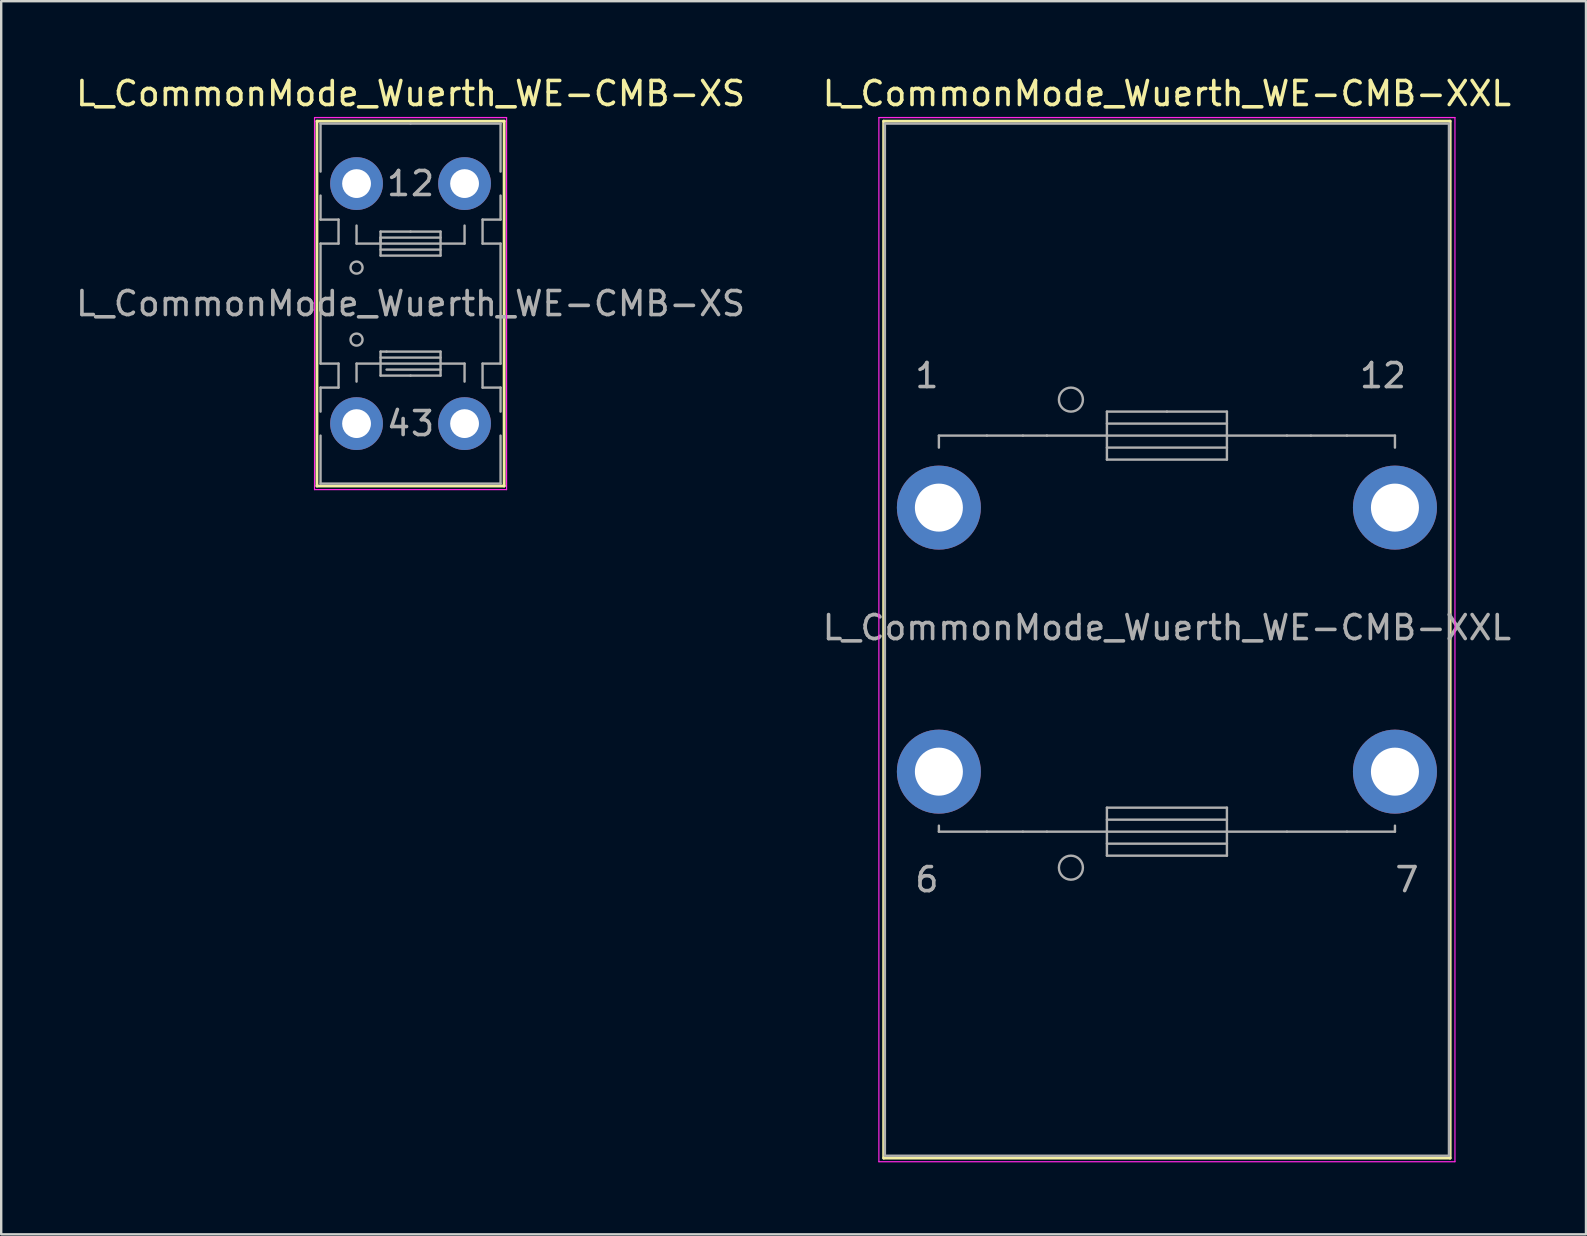
<source format=kicad_pcb>
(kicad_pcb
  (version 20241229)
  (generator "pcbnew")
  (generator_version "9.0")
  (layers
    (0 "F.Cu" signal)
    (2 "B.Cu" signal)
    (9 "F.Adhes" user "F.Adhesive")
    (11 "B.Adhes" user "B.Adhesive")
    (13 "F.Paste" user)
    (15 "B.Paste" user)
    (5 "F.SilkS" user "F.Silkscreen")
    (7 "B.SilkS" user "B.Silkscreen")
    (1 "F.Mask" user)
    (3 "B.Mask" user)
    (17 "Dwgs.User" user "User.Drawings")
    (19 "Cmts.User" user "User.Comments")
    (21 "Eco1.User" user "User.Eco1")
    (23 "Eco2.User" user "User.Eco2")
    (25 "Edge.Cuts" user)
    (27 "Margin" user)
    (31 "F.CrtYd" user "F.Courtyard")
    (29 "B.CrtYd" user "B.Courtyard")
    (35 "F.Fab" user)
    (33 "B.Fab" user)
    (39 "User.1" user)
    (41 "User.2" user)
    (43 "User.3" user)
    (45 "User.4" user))
  (footprint "L_CommonMode_Wuerth_WE-CMB-XS"
    (layer "F.Cu")
    (at 11.804 4.598)
    (property "Reference" "L_CommonMode_Wuerth_WE-CMB-XS" (at 2.25 -3.75 0) (layer "F.SilkS") (effects (font (size 1 1) (thickness 0.15))))
    (attr through_hole)
    (fp_line (start -1.65 -2.6) (end -1.65 12.6) (stroke (width 0.12) (type solid)) (layer "F.SilkS"))
    (fp_line (start -1.65 12.6) (end 6.15 12.6) (stroke (width 0.12) (type solid)) (layer "F.SilkS"))
    (fp_line (start 6.15 -2.6) (end -1.65 -2.6) (stroke (width 0.12) (type solid)) (layer "F.SilkS"))
    (fp_line (start 6.15 12.6) (end 6.15 -2.6) (stroke (width 0.12) (type solid)) (layer "F.SilkS"))
    (fp_line (start -1.75 -2.75) (end -1.75 12.75) (stroke (width 0.05) (type solid)) (layer "F.CrtYd"))
    (fp_line (start -1.75 12.75) (end 6.25 12.75) (stroke (width 0.05) (type solid)) (layer "F.CrtYd"))
    (fp_line (start 6.25 -2.75) (end -1.75 -2.75) (stroke (width 0.05) (type solid)) (layer "F.CrtYd"))
    (fp_line (start 6.25 12.75) (end 6.25 -2.75) (stroke (width 0.05) (type solid)) (layer "F.CrtYd"))
    (fp_line (start -1.5 -2.5) (end 2.25 -2.5) (stroke (width 0.1) (type solid)) (layer "F.Fab"))
    (fp_line (start -1.5 -0.5) (end -1.5 -2.5) (stroke (width 0.1) (type solid)) (layer "F.Fab"))
    (fp_line (start -1.5 1.5) (end -1.5 0.5) (stroke (width 0.1) (type solid)) (layer "F.Fab"))
    (fp_line (start -1.5 2.5) (end -0.75 2.5) (stroke (width 0.1) (type solid)) (layer "F.Fab"))
    (fp_line (start -1.5 7.5) (end -1.5 2.5) (stroke (width 0.1) (type solid)) (layer "F.Fab"))
    (fp_line (start -1.5 8.5) (end -0.75 8.5) (stroke (width 0.1) (type solid)) (layer "F.Fab"))
    (fp_line (start -1.5 9.5) (end -1.5 8.5) (stroke (width 0.1) (type solid)) (layer "F.Fab"))
    (fp_line (start -1.5 12.5) (end -1.5 10.5) (stroke (width 0.1) (type solid)) (layer "F.Fab"))
    (fp_line (start -0.75 1.5) (end -1.5 1.5) (stroke (width 0.1) (type solid)) (layer "F.Fab"))
    (fp_line (start -0.75 2.5) (end -0.75 1.5) (stroke (width 0.1) (type solid)) (layer "F.Fab"))
    (fp_line (start -0.75 7.5) (end -1.5 7.5) (stroke (width 0.1) (type solid)) (layer "F.Fab"))
    (fp_line (start -0.75 8.5) (end -0.75 7.5) (stroke (width 0.1) (type solid)) (layer "F.Fab"))
    (fp_line (start 0 2.5) (end 0 1.75) (stroke (width 0.1) (type solid)) (layer "F.Fab"))
    (fp_line (start 0 7.5) (end 0 8.25) (stroke (width 0.1) (type solid)) (layer "F.Fab"))
    (fp_line (start 1 2) (end 2.25 2) (stroke (width 0.1) (type solid)) (layer "F.Fab"))
    (fp_line (start 1 2.25) (end 1 2.5) (stroke (width 0.1) (type solid)) (layer "F.Fab"))
    (fp_line (start 1 2.5) (end 0 2.5) (stroke (width 0.1) (type solid)) (layer "F.Fab"))
    (fp_line (start 1 2.75) (end 3.5 2.75) (stroke (width 0.1) (type solid)) (layer "F.Fab"))
    (fp_line (start 1 3) (end 1 2) (stroke (width 0.1) (type solid)) (layer "F.Fab"))
    (fp_line (start 1 7) (end 1 8) (stroke (width 0.1) (type solid)) (layer "F.Fab"))
    (fp_line (start 1 7.5) (end 0 7.5) (stroke (width 0.1) (type solid)) (layer "F.Fab"))
    (fp_line (start 1 8) (end 2.25 8) (stroke (width 0.1) (type solid)) (layer "F.Fab"))
    (fp_line (start 1.25 7) (end 1 7) (stroke (width 0.1) (type solid)) (layer "F.Fab"))
    (fp_line (start 2.25 -2.5) (end 6 -2.5) (stroke (width 0.1) (type solid)) (layer "F.Fab"))
    (fp_line (start 2.25 2) (end 3.5 2) (stroke (width 0.1) (type solid)) (layer "F.Fab"))
    (fp_line (start 2.25 8) (end 3.5 8) (stroke (width 0.1) (type solid)) (layer "F.Fab"))
    (fp_line (start 3.5 2) (end 3.5 3) (stroke (width 0.1) (type solid)) (layer "F.Fab"))
    (fp_line (start 3.5 2.25) (end 1 2.25) (stroke (width 0.1) (type solid)) (layer "F.Fab"))
    (fp_line (start 3.5 2.5) (end 1 2.5) (stroke (width 0.1) (type solid)) (layer "F.Fab"))
    (fp_line (start 3.5 2.5) (end 4.5 2.5) (stroke (width 0.1) (type solid)) (layer "F.Fab"))
    (fp_line (start 3.5 3) (end 1 3) (stroke (width 0.1) (type solid)) (layer "F.Fab"))
    (fp_line (start 3.5 7) (end 1.25 7) (stroke (width 0.1) (type solid)) (layer "F.Fab"))
    (fp_line (start 3.5 7.25) (end 1 7.25) (stroke (width 0.1) (type solid)) (layer "F.Fab"))
    (fp_line (start 3.5 7.5) (end 1 7.5) (stroke (width 0.1) (type solid)) (layer "F.Fab"))
    (fp_line (start 3.5 7.5) (end 4.5 7.5) (stroke (width 0.1) (type solid)) (layer "F.Fab"))
    (fp_line (start 3.5 7.75) (end 1.25 7.75) (stroke (width 0.1) (type solid)) (layer "F.Fab"))
    (fp_line (start 3.5 8) (end 3.5 7) (stroke (width 0.1) (type solid)) (layer "F.Fab"))
    (fp_line (start 4.5 2.5) (end 4.5 1.75) (stroke (width 0.1) (type solid)) (layer "F.Fab"))
    (fp_line (start 4.5 7.5) (end 4.5 8.25) (stroke (width 0.1) (type solid)) (layer "F.Fab"))
    (fp_line (start 5.25 1.5) (end 5.25 2.5) (stroke (width 0.1) (type solid)) (layer "F.Fab"))
    (fp_line (start 5.25 2.5) (end 6 2.5) (stroke (width 0.1) (type solid)) (layer "F.Fab"))
    (fp_line (start 5.25 7.5) (end 5.25 8.5) (stroke (width 0.1) (type solid)) (layer "F.Fab"))
    (fp_line (start 5.25 8.5) (end 6 8.5) (stroke (width 0.1) (type solid)) (layer "F.Fab"))
    (fp_line (start 6 -2.5) (end 6 -0.5) (stroke (width 0.1) (type solid)) (layer "F.Fab"))
    (fp_line (start 6 0.5) (end 6 1.5) (stroke (width 0.1) (type solid)) (layer "F.Fab"))
    (fp_line (start 6 1.5) (end 5.25 1.5) (stroke (width 0.1) (type solid)) (layer "F.Fab"))
    (fp_line (start 6 2.5) (end 6 7.5) (stroke (width 0.1) (type solid)) (layer "F.Fab"))
    (fp_line (start 6 7.5) (end 5.25 7.5) (stroke (width 0.1) (type solid)) (layer "F.Fab"))
    (fp_line (start 6 8.5) (end 6 9.5) (stroke (width 0.1) (type solid)) (layer "F.Fab"))
    (fp_line (start 6 10.5) (end 6 12.5) (stroke (width 0.1) (type solid)) (layer "F.Fab"))
    (fp_line (start 6 12.5) (end -1.5 12.5) (stroke (width 0.1) (type solid)) (layer "F.Fab"))
    (fp_circle (center 0 3.5) (end 0.25 3.5) (stroke (width 0.1) (type solid)) (fill no) (layer "F.Fab"))
    (fp_circle (center 0 6.5) (end 0 6.25) (stroke (width 0.1) (type solid)) (fill no) (layer "F.Fab"))
    (fp_text user "3" (at 2.75 10 0) (layer "F.Fab") (effects (font (size 1 1) (thickness 0.15))))
    (fp_text user "${REFERENCE}" (at 2.25 5 0) (layer "F.Fab") (effects (font (size 1 1) (thickness 0.15))))
    (fp_text user "4" (at 1.75 10 0) (layer "F.Fab") (effects (font (size 1 1) (thickness 0.15))))
    (fp_text user "2" (at 2.75 0 0) (layer "F.Fab") (effects (font (size 1 1) (thickness 0.15))))
    (fp_text user "1" (at 1.75 0 0) (layer "F.Fab") (effects (font (size 1 1) (thickness 0.15))))
    (pad "1" thru_hole circle (at 0 0) (size 2.2 2.2) (drill 1.2) (layers "*.Cu" "*.Mask"))
    (pad "2" thru_hole circle (at 4.5 0) (size 2.2 2.2) (drill 1.2) (layers "*.Cu" "*.Mask"))
    (pad "3" thru_hole circle (at 4.5 10) (size 2.2 2.2) (drill 1.2) (layers "*.Cu" "*.Mask"))
    (pad "4" thru_hole circle (at 0 10) (size 2.2 2.2) (drill 1.2) (layers "*.Cu" "*.Mask")))
  (footprint "L_CommonMode_Wuerth_WE-CMB-XXL"
    (layer "F.Cu")
    (at 36.065 18.098)
    (property "Reference" "L_CommonMode_Wuerth_WE-CMB-XXL" (at 9.5 -17.25 0) (layer "F.SilkS") (effects (font (size 1 1) (thickness 0.15))))
    (attr through_hole)
    (fp_line (start -2.3 -16.1) (end 21.3 -16.1) (stroke (width 0.12) (type solid)) (layer "F.SilkS"))
    (fp_line (start -2.3 27.1) (end -2.3 -16.1) (stroke (width 0.12) (type solid)) (layer "F.SilkS"))
    (fp_line (start 21.3 -16.1) (end 21.3 27.1) (stroke (width 0.12) (type solid)) (layer "F.SilkS"))
    (fp_line (start 21.3 27.1) (end -2.3 27.1) (stroke (width 0.12) (type solid)) (layer "F.SilkS"))
    (fp_line (start -2.5 -16.25) (end 21.5 -16.25) (stroke (width 0.05) (type solid)) (layer "F.CrtYd"))
    (fp_line (start -2.5 27.25) (end -2.5 -16.25) (stroke (width 0.05) (type solid)) (layer "F.CrtYd"))
    (fp_line (start 21.5 -16.25) (end 21.5 27.25) (stroke (width 0.05) (type solid)) (layer "F.CrtYd"))
    (fp_line (start 21.5 27.25) (end -2.5 27.25) (stroke (width 0.05) (type solid)) (layer "F.CrtYd"))
    (fp_line (start -2.25 -16) (end -2.25 27) (stroke (width 0.1) (type solid)) (layer "F.Fab"))
    (fp_line (start -2.25 27) (end 21.25 27) (stroke (width 0.1) (type solid)) (layer "F.Fab"))
    (fp_line (start 0 -3) (end 0 -2.5) (stroke (width 0.1) (type solid)) (layer "F.Fab"))
    (fp_line (start 0 13.5) (end 0 13.25) (stroke (width 0.1) (type solid)) (layer "F.Fab"))
    (fp_line (start 2 -3) (end 0 -3) (stroke (width 0.1) (type solid)) (layer "F.Fab"))
    (fp_line (start 2 13.5) (end 0 13.5) (stroke (width 0.1) (type solid)) (layer "F.Fab"))
    (fp_line (start 3.5 -3) (end 2 -3) (stroke (width 0.1) (type solid)) (layer "F.Fab"))
    (fp_line (start 3.5 13.5) (end 2 13.5) (stroke (width 0.1) (type solid)) (layer "F.Fab"))
    (fp_line (start 4.5 -3) (end 3.5 -3) (stroke (width 0.1) (type solid)) (layer "F.Fab"))
    (fp_line (start 4.5 13.5) (end 3.5 13.5) (stroke (width 0.1) (type solid)) (layer "F.Fab"))
    (fp_line (start 4.5 13.5) (end 7 13.5) (stroke (width 0.1) (type solid)) (layer "F.Fab"))
    (fp_line (start 7 -4) (end 9.5 -4) (stroke (width 0.1) (type solid)) (layer "F.Fab"))
    (fp_line (start 7 -3) (end 4.5 -3) (stroke (width 0.1) (type solid)) (layer "F.Fab"))
    (fp_line (start 7 -3) (end 12 -3) (stroke (width 0.1) (type solid)) (layer "F.Fab"))
    (fp_line (start 7 -2.5) (end 12 -2.5) (stroke (width 0.1) (type solid)) (layer "F.Fab"))
    (fp_line (start 7 -2) (end 7 -4) (stroke (width 0.1) (type solid)) (layer "F.Fab"))
    (fp_line (start 7 12.5) (end 12 12.5) (stroke (width 0.1) (type solid)) (layer "F.Fab"))
    (fp_line (start 7 14) (end 12 14) (stroke (width 0.1) (type solid)) (layer "F.Fab"))
    (fp_line (start 7 14.5) (end 7 12.5) (stroke (width 0.1) (type solid)) (layer "F.Fab"))
    (fp_line (start 9.5 -4) (end 12 -4) (stroke (width 0.1) (type solid)) (layer "F.Fab"))
    (fp_line (start 12 -4) (end 12 -2) (stroke (width 0.1) (type solid)) (layer "F.Fab"))
    (fp_line (start 12 -3.5) (end 7 -3.5) (stroke (width 0.1) (type solid)) (layer "F.Fab"))
    (fp_line (start 12 -3) (end 14.5 -3) (stroke (width 0.1) (type solid)) (layer "F.Fab"))
    (fp_line (start 12 -2) (end 7 -2) (stroke (width 0.1) (type solid)) (layer "F.Fab"))
    (fp_line (start 12 12.5) (end 12 14.5) (stroke (width 0.1) (type solid)) (layer "F.Fab"))
    (fp_line (start 12 13) (end 7 13) (stroke (width 0.1) (type solid)) (layer "F.Fab"))
    (fp_line (start 12 13.5) (end 7 13.5) (stroke (width 0.1) (type solid)) (layer "F.Fab"))
    (fp_line (start 12 14.5) (end 7 14.5) (stroke (width 0.1) (type solid)) (layer "F.Fab"))
    (fp_line (start 14.5 -3) (end 15.5 -3) (stroke (width 0.1) (type solid)) (layer "F.Fab"))
    (fp_line (start 14.5 13.5) (end 12 13.5) (stroke (width 0.1) (type solid)) (layer "F.Fab"))
    (fp_line (start 14.5 13.5) (end 17 13.5) (stroke (width 0.1) (type solid)) (layer "F.Fab"))
    (fp_line (start 15.5 -3) (end 17 -3) (stroke (width 0.1) (type solid)) (layer "F.Fab"))
    (fp_line (start 17 -3) (end 19 -3) (stroke (width 0.1) (type solid)) (layer "F.Fab"))
    (fp_line (start 17 13.5) (end 19 13.5) (stroke (width 0.1) (type solid)) (layer "F.Fab"))
    (fp_line (start 19 -3) (end 19 -2.5) (stroke (width 0.1) (type solid)) (layer "F.Fab"))
    (fp_line (start 19 13.5) (end 19 13.25) (stroke (width 0.1) (type solid)) (layer "F.Fab"))
    (fp_line (start 21.25 -16) (end -2.25 -16) (stroke (width 0.1) (type solid)) (layer "F.Fab"))
    (fp_line (start 21.25 27) (end 21.25 -16) (stroke (width 0.1) (type solid)) (layer "F.Fab"))
    (fp_circle (center 5.5 -4.5) (end 6 -4.5) (stroke (width 0.1) (type solid)) (fill no) (layer "F.Fab"))
    (fp_circle (center 5.5 15) (end 6 15) (stroke (width 0.1) (type solid)) (fill no) (layer "F.Fab"))
    (fp_text user "6" (at -0.5 15.5 0) (layer "F.Fab") (effects (font (size 1 1) (thickness 0.15))))
    (fp_text user "7" (at 19.5 15.5 0) (layer "F.Fab") (effects (font (size 1 1) (thickness 0.15))))
    (fp_text user "${REFERENCE}" (at 9.5 5 0) (layer "F.Fab") (effects (font (size 1 1) (thickness 0.15))))
    (fp_text user "12" (at 18.5 -5.5 0) (layer "F.Fab") (effects (font (size 1 1) (thickness 0.15))))
    (fp_text user "1" (at -0.5 -5.5 0) (layer "F.Fab") (effects (font (size 1 1) (thickness 0.15))))
    (pad "1" thru_hole circle (at 0 0) (size 3.5 3.5) (drill 2) (layers "*.Cu" "*.Mask"))
    (pad "6" thru_hole circle (at 0 11) (size 3.5 3.5) (drill 2) (layers "*.Cu" "*.Mask"))
    (pad "7" thru_hole circle (at 19 11) (size 3.5 3.5) (drill 2) (layers "*.Cu" "*.Mask"))
    (pad "12" thru_hole circle (at 19 0) (size 3.5 3.5) (drill 2) (layers "*.Cu" "*.Mask")))
  (gr_rect
    (start -3 -3)
    (end 63.024 48.373)
    (stroke (width 0.1) (type default))
    (fill no)
    (layer "Edge.Cuts")))
</source>
